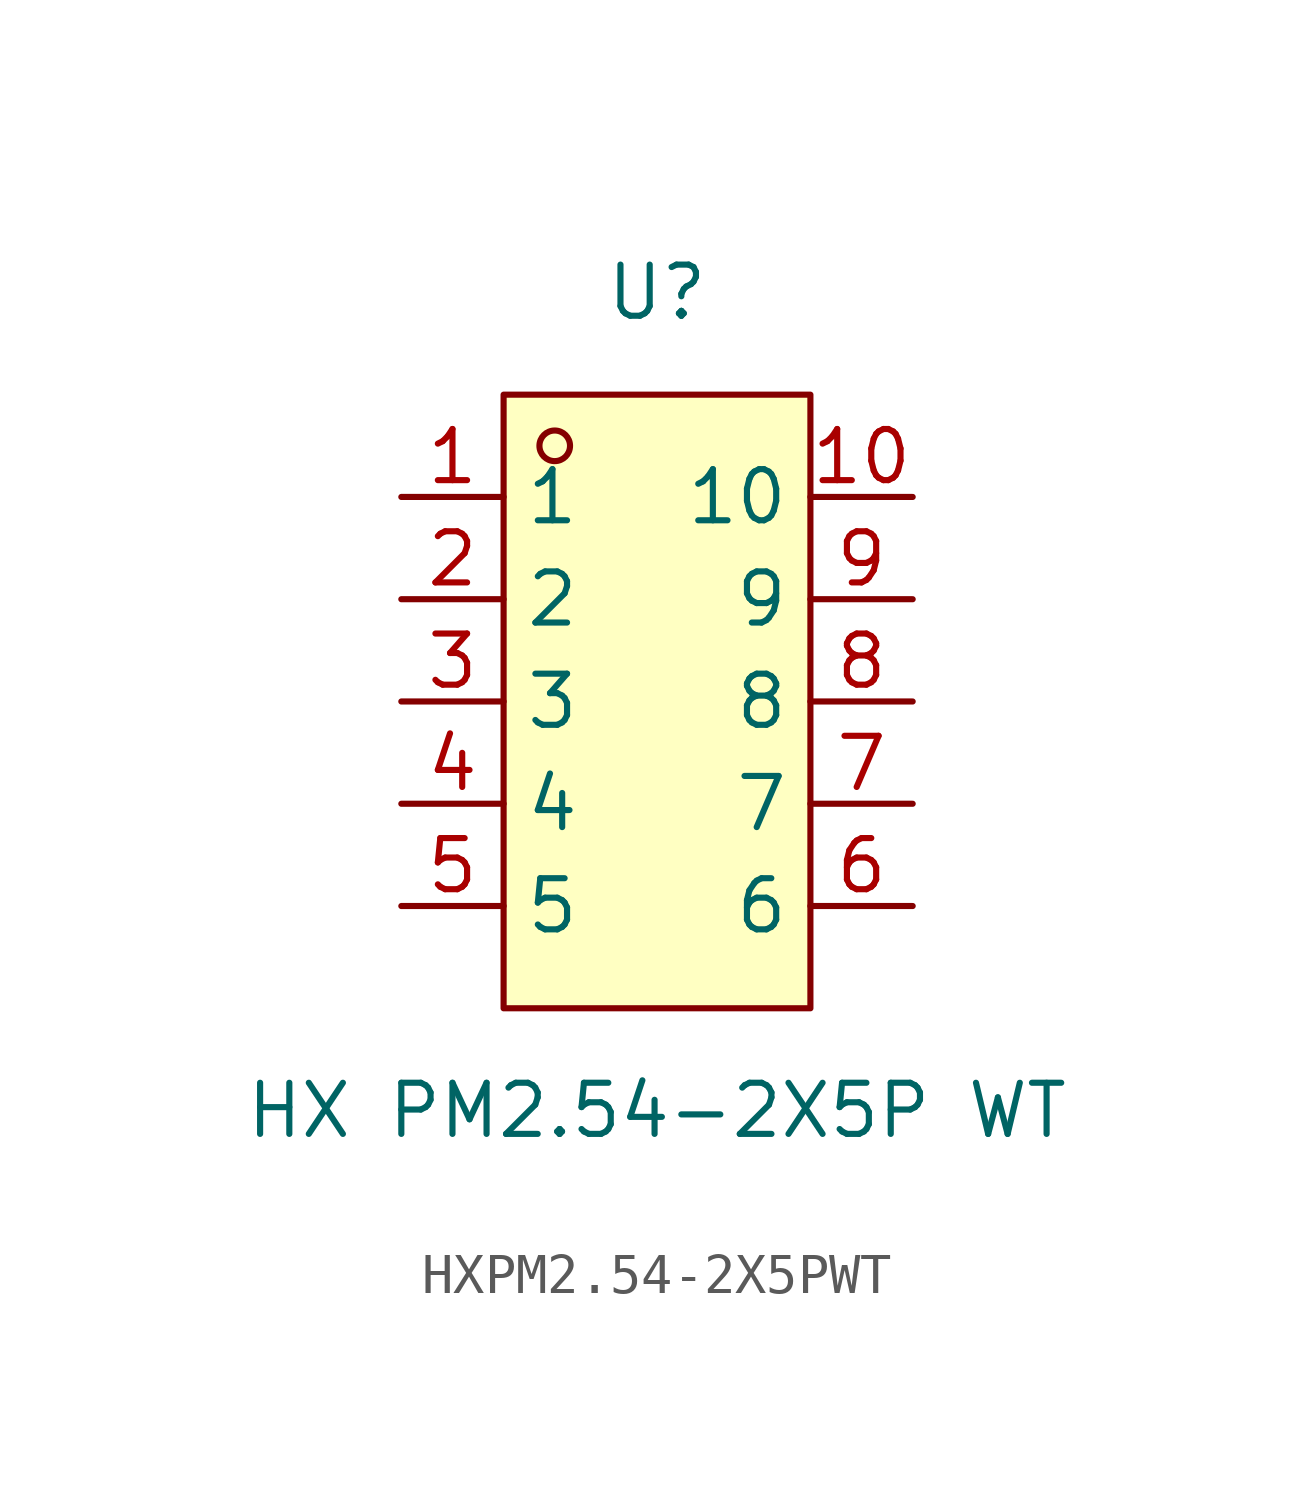
<source format=kicad_sym>
(kicad_symbol_lib
  (version 20211014)
  (generator https://github.com/uPesy/easyeda2kicad.py)
  (symbol "HXPM2.54-2X5PWT"
    (property "Reference" "U"
      (at 0 10.16 0)
      (effects (font (size 1.27 1.27))))
    (property "Value" "HX PM2.54-2X5P WT"
      (at 0 -10.16 0)
      (effects (font (size 1.27 1.27))))
    (symbol "HXPM2.54-2X5PWT_0_1"
      (rectangle (start -3.81 7.62) (end 3.81 -7.62) (stroke (width 0) (type default) (color 0 0 0 0)) (fill (type background)))
      (circle (center -2.54 6.35) (radius 0.38) (stroke (width 0) (type default) (color 0 0 0 0)) (fill (type none)))
      (pin unspecified line (at -6.35 5.08 0) (length 2.54) (name "1" (effects (font (size 1.27 1.27)))) (number "1" (effects (font (size 1.27 1.27)))))
      (pin unspecified line (at -6.35 2.54 0) (length 2.54) (name "2" (effects (font (size 1.27 1.27)))) (number "2" (effects (font (size 1.27 1.27)))))
      (pin unspecified line (at -6.35 -0.00 0) (length 2.54) (name "3" (effects (font (size 1.27 1.27)))) (number "3" (effects (font (size 1.27 1.27)))))
      (pin unspecified line (at -6.35 -2.54 0) (length 2.54) (name "4" (effects (font (size 1.27 1.27)))) (number "4" (effects (font (size 1.27 1.27)))))
      (pin unspecified line (at -6.35 -5.08 0) (length 2.54) (name "5" (effects (font (size 1.27 1.27)))) (number "5" (effects (font (size 1.27 1.27)))))
      (pin unspecified line (at 6.35 -5.08 180) (length 2.54) (name "6" (effects (font (size 1.27 1.27)))) (number "6" (effects (font (size 1.27 1.27)))))
      (pin unspecified line (at 6.35 -2.54 180) (length 2.54) (name "7" (effects (font (size 1.27 1.27)))) (number "7" (effects (font (size 1.27 1.27)))))
      (pin unspecified line (at 6.35 -0.00 180) (length 2.54) (name "8" (effects (font (size 1.27 1.27)))) (number "8" (effects (font (size 1.27 1.27)))))
      (pin unspecified line (at 6.35 2.54 180) (length 2.54) (name "9" (effects (font (size 1.27 1.27)))) (number "9" (effects (font (size 1.27 1.27)))))
      (pin unspecified line (at 6.35 5.08 180) (length 2.54) (name "10" (effects (font (size 1.27 1.27)))) (number "10" (effects (font (size 1.27 1.27))))))))
</source>
